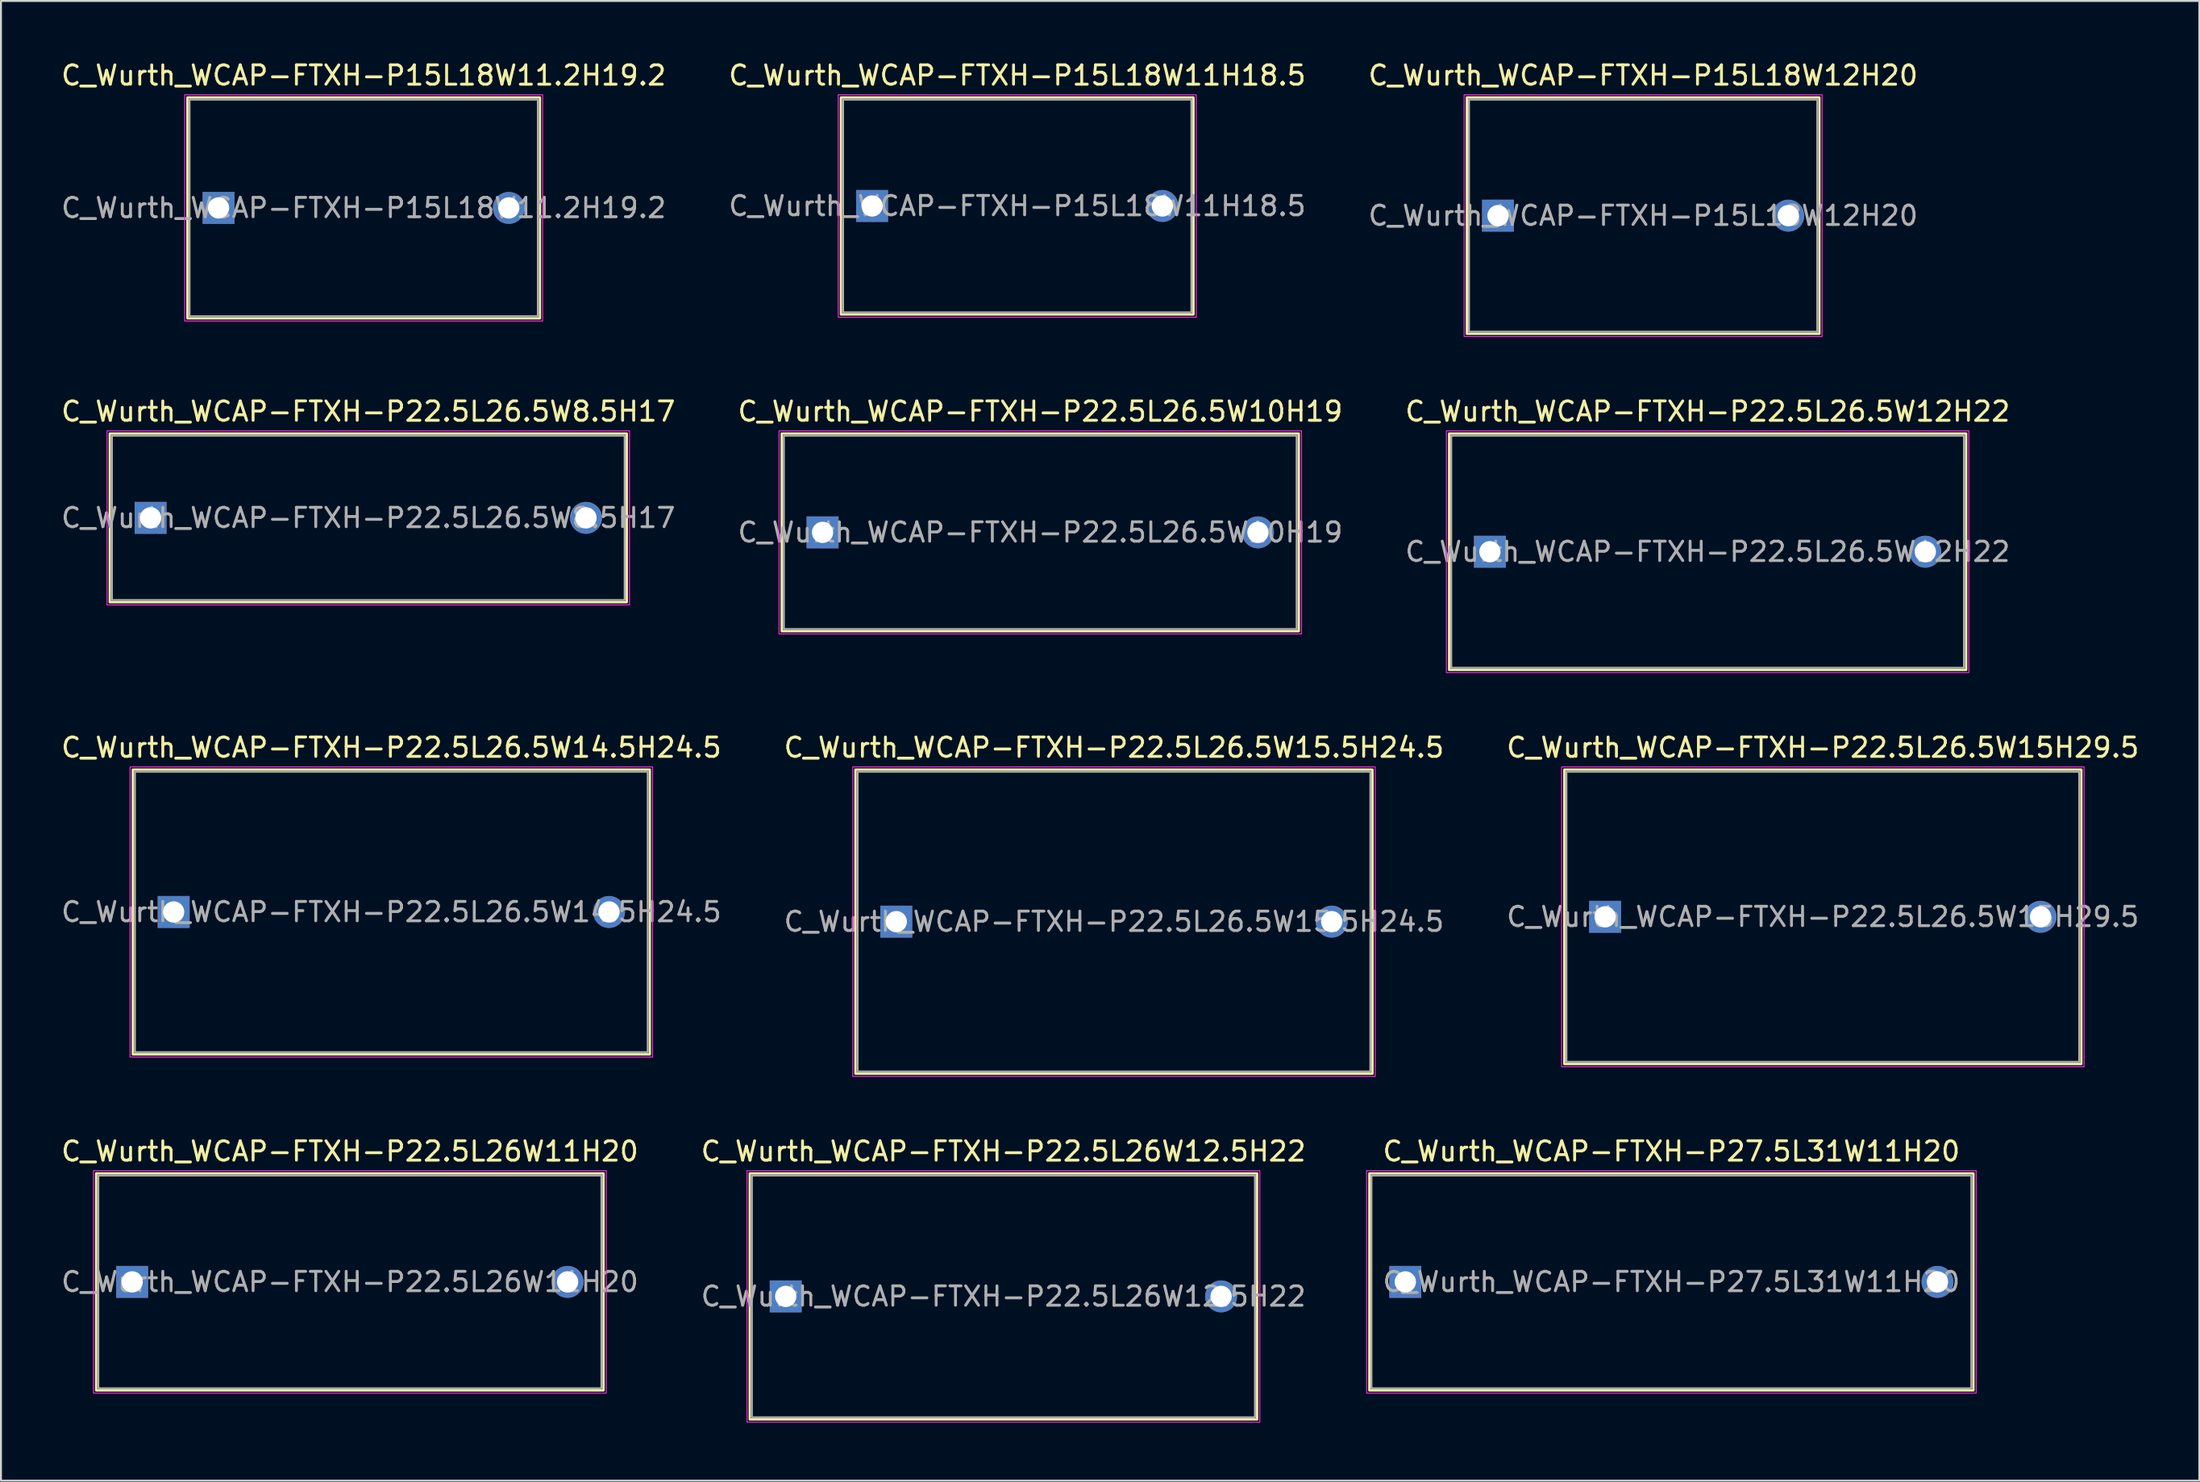
<source format=kicad_pcb>
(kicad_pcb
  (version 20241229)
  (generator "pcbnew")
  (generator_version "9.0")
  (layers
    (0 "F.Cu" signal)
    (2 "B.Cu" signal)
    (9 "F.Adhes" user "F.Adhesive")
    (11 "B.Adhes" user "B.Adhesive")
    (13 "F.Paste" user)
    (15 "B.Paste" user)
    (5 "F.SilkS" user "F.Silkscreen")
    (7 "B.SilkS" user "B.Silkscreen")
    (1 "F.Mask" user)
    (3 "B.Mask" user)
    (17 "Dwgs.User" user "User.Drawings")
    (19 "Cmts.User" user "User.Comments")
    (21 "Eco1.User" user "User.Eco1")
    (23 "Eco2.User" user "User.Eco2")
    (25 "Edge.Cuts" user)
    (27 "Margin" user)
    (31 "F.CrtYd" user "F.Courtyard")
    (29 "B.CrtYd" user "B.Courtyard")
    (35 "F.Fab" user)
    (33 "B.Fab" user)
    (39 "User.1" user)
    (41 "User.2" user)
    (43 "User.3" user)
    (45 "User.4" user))
  (footprint "C_Wurth_WCAP-FTXH-P22.5L26.5W12H22"
    (layer "F.Cu")
    (at 73.946 25.471)
    (property "Reference" "C_Wurth_WCAP-FTXH-P22.5L26.5W12H22" (at 11.25 -7.25 0) (unlocked yes) (layer "F.SilkS") (effects (font (size 1 1) (thickness 0.15))))
    (attr through_hole)
    (fp_rect (start -2.11 -6.11) (end 24.61 6.11) (stroke (width 0.12) (type solid)) (fill no) (layer "F.SilkS"))
    (fp_rect (start -2.25 -6.25) (end 24.75 6.25) (stroke (width 0.05) (type solid)) (fill no) (layer "F.CrtYd"))
    (fp_rect (start -2 -6) (end 24.5 6) (stroke (width 0.1) (type solid)) (fill no) (layer "F.Fab"))
    (fp_text user "${REFERENCE}" (at 11.25 0 0) (unlocked yes) (layer "F.Fab") (effects (font (size 1 1) (thickness 0.15))))
    (pad "1" thru_hole rect (at 0 0) (size 1.65 1.65) (drill 1.1) (layers "*.Cu" "*.Mask"))
    (pad "2" thru_hole circle (at 22.5 0) (size 1.65 1.65) (drill 1.1) (layers "*.Cu" "*.Mask")))
  (footprint "C_Wurth_WCAP-FTXH-P15L18W11.2H19.2"
    (layer "F.Cu")
    (at 8.244 7.698)
    (property "Reference" "C_Wurth_WCAP-FTXH-P15L18W11.2H19.2" (at 7.5 -6.85 0) (unlocked yes) (layer "F.SilkS") (effects (font (size 1 1) (thickness 0.15))))
    (attr through_hole)
    (fp_rect (start -1.61 -5.71) (end 16.61 5.71) (stroke (width 0.12) (type solid)) (fill no) (layer "F.SilkS"))
    (fp_rect (start -1.75 -5.85) (end 16.75 5.85) (stroke (width 0.05) (type solid)) (fill no) (layer "F.CrtYd"))
    (fp_rect (start -1.5 -5.6) (end 16.5 5.6) (stroke (width 0.1) (type solid)) (fill no) (layer "F.Fab"))
    (fp_text user "${REFERENCE}" (at 7.5 0 0) (unlocked yes) (layer "F.Fab") (effects (font (size 1 1) (thickness 0.15))))
    (pad "1" thru_hole rect (at 0 0) (size 1.65 1.65) (drill 1.1) (layers "*.Cu" "*.Mask"))
    (pad "2" thru_hole circle (at 15 0) (size 1.65 1.65) (drill 1.1) (layers "*.Cu" "*.Mask")))
  (footprint "C_Wurth_WCAP-FTXH-P22.5L26.5W14.5H24.5"
    (layer "F.Cu")
    (at 5.923 44.095)
    (property "Reference" "C_Wurth_WCAP-FTXH-P22.5L26.5W14.5H24.5" (at 11.25 -8.5 0) (unlocked yes) (layer "F.SilkS") (effects (font (size 1 1) (thickness 0.15))))
    (attr through_hole)
    (fp_rect (start -2.11 -7.36) (end 24.61 7.36) (stroke (width 0.12) (type solid)) (fill no) (layer "F.SilkS"))
    (fp_rect (start -2.25 -7.5) (end 24.75 7.5) (stroke (width 0.05) (type solid)) (fill no) (layer "F.CrtYd"))
    (fp_rect (start -2 -7.25) (end 24.5 7.25) (stroke (width 0.1) (type solid)) (fill no) (layer "F.Fab"))
    (fp_text user "${REFERENCE}" (at 11.25 0 0) (unlocked yes) (layer "F.Fab") (effects (font (size 1 1) (thickness 0.15))))
    (pad "1" thru_hole rect (at 0 0) (size 1.65 1.65) (drill 1.1) (layers "*.Cu" "*.Mask"))
    (pad "2" thru_hole circle (at 22.5 0) (size 1.65 1.65) (drill 1.1) (layers "*.Cu" "*.Mask")))
  (footprint "C_Wurth_WCAP-FTXH-P22.5L26.5W15H29.5"
    (layer "F.Cu")
    (at 79.899 44.345)
    (property "Reference" "C_Wurth_WCAP-FTXH-P22.5L26.5W15H29.5" (at 11.25 -8.75 0) (unlocked yes) (layer "F.SilkS") (effects (font (size 1 1) (thickness 0.15))))
    (attr through_hole)
    (fp_rect (start -2.11 -7.61) (end 24.61 7.61) (stroke (width 0.12) (type solid)) (fill no) (layer "F.SilkS"))
    (fp_rect (start -2.25 -7.75) (end 24.75 7.75) (stroke (width 0.05) (type solid)) (fill no) (layer "F.CrtYd"))
    (fp_rect (start -2 -7.5) (end 24.5 7.5) (stroke (width 0.1) (type solid)) (fill no) (layer "F.Fab"))
    (fp_text user "${REFERENCE}" (at 11.25 0 0) (unlocked yes) (layer "F.Fab") (effects (font (size 1 1) (thickness 0.15))))
    (pad "1" thru_hole rect (at 0 0) (size 1.65 1.65) (drill 1.1) (layers "*.Cu" "*.Mask"))
    (pad "2" thru_hole circle (at 22.5 0) (size 1.65 1.65) (drill 1.1) (layers "*.Cu" "*.Mask")))
  (footprint "C_Wurth_WCAP-FTXH-P22.5L26.5W8.5H17"
    (layer "F.Cu")
    (at 4.732 23.721)
    (property "Reference" "C_Wurth_WCAP-FTXH-P22.5L26.5W8.5H17" (at 11.25 -5.5 0) (unlocked yes) (layer "F.SilkS") (effects (font (size 1 1) (thickness 0.15))))
    (attr through_hole)
    (fp_rect (start -2.11 -4.36) (end 24.61 4.36) (stroke (width 0.12) (type solid)) (fill no) (layer "F.SilkS"))
    (fp_rect (start -2.25 -4.5) (end 24.75 4.5) (stroke (width 0.05) (type solid)) (fill no) (layer "F.CrtYd"))
    (fp_rect (start -2 -4.25) (end 24.5 4.25) (stroke (width 0.1) (type solid)) (fill no) (layer "F.Fab"))
    (fp_text user "${REFERENCE}" (at 11.25 0 0) (unlocked yes) (layer "F.Fab") (effects (font (size 1 1) (thickness 0.15))))
    (pad "1" thru_hole rect (at 0 0) (size 1.65 1.65) (drill 1.1) (layers "*.Cu" "*.Mask"))
    (pad "2" thru_hole circle (at 22.5 0) (size 1.65 1.65) (drill 1.1) (layers "*.Cu" "*.Mask")))
  (footprint "C_Wurth_WCAP-FTXH-P22.5L26.5W15.5H24.5"
    (layer "F.Cu")
    (at 43.268 44.595)
    (property "Reference" "C_Wurth_WCAP-FTXH-P22.5L26.5W15.5H24.5" (at 11.25 -9 0) (unlocked yes) (layer "F.SilkS") (effects (font (size 1 1) (thickness 0.15))))
    (attr through_hole)
    (fp_rect (start -2.11 -7.86) (end 24.61 7.86) (stroke (width 0.12) (type solid)) (fill no) (layer "F.SilkS"))
    (fp_rect (start -2.25 -8) (end 24.75 8) (stroke (width 0.05) (type solid)) (fill no) (layer "F.CrtYd"))
    (fp_rect (start -2 -7.75) (end 24.5 7.75) (stroke (width 0.1) (type solid)) (fill no) (layer "F.Fab"))
    (fp_text user "${REFERENCE}" (at 11.25 0 0) (unlocked yes) (layer "F.Fab") (effects (font (size 1 1) (thickness 0.15))))
    (pad "1" thru_hole rect (at 0 0) (size 1.65 1.65) (drill 1.1) (layers "*.Cu" "*.Mask"))
    (pad "2" thru_hole circle (at 22.5 0) (size 1.65 1.65) (drill 1.1) (layers "*.Cu" "*.Mask")))
  (footprint "C_Wurth_WCAP-FTXH-P22.5L26W11H20"
    (layer "F.Cu")
    (at 3.78 63.218)
    (property "Reference" "C_Wurth_WCAP-FTXH-P22.5L26W11H20" (at 11.25 -6.75 0) (unlocked yes) (layer "F.SilkS") (effects (font (size 1 1) (thickness 0.15))))
    (attr through_hole)
    (fp_rect (start -1.86 -5.61) (end 24.36 5.61) (stroke (width 0.12) (type solid)) (fill no) (layer "F.SilkS"))
    (fp_rect (start -2 -5.75) (end 24.5 5.75) (stroke (width 0.05) (type solid)) (fill no) (layer "F.CrtYd"))
    (fp_rect (start -1.75 -5.5) (end 24.25 5.5) (stroke (width 0.1) (type solid)) (fill no) (layer "F.Fab"))
    (fp_text user "${REFERENCE}" (at 11.25 0 0) (unlocked yes) (layer "F.Fab") (effects (font (size 1 1) (thickness 0.15))))
    (pad "1" thru_hole rect (at 0 0) (size 1.65 1.65) (drill 1.1) (layers "*.Cu" "*.Mask"))
    (pad "2" thru_hole circle (at 22.5 0) (size 1.65 1.65) (drill 1.1) (layers "*.Cu" "*.Mask")))
  (footprint "C_Wurth_WCAP-FTXH-P22.5L26W12.5H22"
    (layer "F.Cu")
    (at 37.554 63.968)
    (property "Reference" "C_Wurth_WCAP-FTXH-P22.5L26W12.5H22" (at 11.25 -7.5 0) (unlocked yes) (layer "F.SilkS") (effects (font (size 1 1) (thickness 0.15))))
    (attr through_hole)
    (fp_rect (start -1.86 -6.36) (end 24.36 6.36) (stroke (width 0.12) (type solid)) (fill no) (layer "F.SilkS"))
    (fp_rect (start -2 -6.5) (end 24.5 6.5) (stroke (width 0.05) (type solid)) (fill no) (layer "F.CrtYd"))
    (fp_rect (start -1.75 -6.25) (end 24.25 6.25) (stroke (width 0.1) (type solid)) (fill no) (layer "F.Fab"))
    (fp_text user "${REFERENCE}" (at 11.25 0 0) (unlocked yes) (layer "F.Fab") (effects (font (size 1 1) (thickness 0.15))))
    (pad "1" thru_hole rect (at 0 0) (size 1.65 1.65) (drill 1.1) (layers "*.Cu" "*.Mask"))
    (pad "2" thru_hole circle (at 22.5 0) (size 1.65 1.65) (drill 1.1) (layers "*.Cu" "*.Mask")))
  (footprint "C_Wurth_WCAP-FTXH-P22.5L26.5W10H19"
    (layer "F.Cu")
    (at 39.458 24.471)
    (property "Reference" "C_Wurth_WCAP-FTXH-P22.5L26.5W10H19" (at 11.25 -6.25 0) (unlocked yes) (layer "F.SilkS") (effects (font (size 1 1) (thickness 0.15))))
    (attr through_hole)
    (fp_rect (start -2.11 -5.11) (end 24.61 5.11) (stroke (width 0.12) (type solid)) (fill no) (layer "F.SilkS"))
    (fp_rect (start -2.25 -5.25) (end 24.75 5.25) (stroke (width 0.05) (type solid)) (fill no) (layer "F.CrtYd"))
    (fp_rect (start -2 -5) (end 24.5 5) (stroke (width 0.1) (type solid)) (fill no) (layer "F.Fab"))
    (fp_text user "${REFERENCE}" (at 11.25 0 0) (unlocked yes) (layer "F.Fab") (effects (font (size 1 1) (thickness 0.15))))
    (pad "1" thru_hole rect (at 0 0) (size 1.65 1.65) (drill 1.1) (layers "*.Cu" "*.Mask"))
    (pad "2" thru_hole circle (at 22.5 0) (size 1.65 1.65) (drill 1.1) (layers "*.Cu" "*.Mask")))
  (footprint "C_Wurth_WCAP-FTXH-P27.5L31W11H20"
    (layer "F.Cu")
    (at 69.573 63.218)
    (property "Reference" "C_Wurth_WCAP-FTXH-P27.5L31W11H20" (at 13.75 -6.75 0) (unlocked yes) (layer "F.SilkS") (effects (font (size 1 1) (thickness 0.15))))
    (attr through_hole)
    (fp_rect (start -1.86 -5.61) (end 29.36 5.61) (stroke (width 0.12) (type solid)) (fill no) (layer "F.SilkS"))
    (fp_rect (start -2 -5.75) (end 29.5 5.75) (stroke (width 0.05) (type solid)) (fill no) (layer "F.CrtYd"))
    (fp_rect (start -1.75 -5.5) (end 29.25 5.5) (stroke (width 0.1) (type solid)) (fill no) (layer "F.Fab"))
    (fp_text user "${REFERENCE}" (at 13.75 0 0) (unlocked yes) (layer "F.Fab") (effects (font (size 1 1) (thickness 0.15))))
    (pad "1" thru_hole rect (at 0 0) (size 1.65 1.65) (drill 1.1) (layers "*.Cu" "*.Mask"))
    (pad "2" thru_hole circle (at 27.5 0) (size 1.65 1.65) (drill 1.1) (layers "*.Cu" "*.Mask")))
  (footprint "C_Wurth_WCAP-FTXH-P15L18W12H20"
    (layer "F.Cu")
    (at 74.363 8.098)
    (property "Reference" "C_Wurth_WCAP-FTXH-P15L18W12H20" (at 7.5 -7.25 0) (unlocked yes) (layer "F.SilkS") (effects (font (size 1 1) (thickness 0.15))))
    (attr through_hole)
    (fp_rect (start -1.61 -6.11) (end 16.61 6.11) (stroke (width 0.12) (type solid)) (fill no) (layer "F.SilkS"))
    (fp_rect (start -1.75 -6.25) (end 16.75 6.25) (stroke (width 0.05) (type solid)) (fill no) (layer "F.CrtYd"))
    (fp_rect (start -1.5 -6) (end 16.5 6) (stroke (width 0.1) (type solid)) (fill no) (layer "F.Fab"))
    (fp_text user "${REFERENCE}" (at 7.5 0 0) (unlocked yes) (layer "F.Fab") (effects (font (size 1 1) (thickness 0.15))))
    (pad "1" thru_hole rect (at 0 0) (size 1.65 1.65) (drill 1.1) (layers "*.Cu" "*.Mask"))
    (pad "2" thru_hole circle (at 15 0) (size 1.65 1.65) (drill 1.1) (layers "*.Cu" "*.Mask")))
  (footprint "C_Wurth_WCAP-FTXH-P15L18W11H18.5"
    (layer "F.Cu")
    (at 42.018 7.598)
    (property "Reference" "C_Wurth_WCAP-FTXH-P15L18W11H18.5" (at 7.5 -6.75 0) (unlocked yes) (layer "F.SilkS") (effects (font (size 1 1) (thickness 0.15))))
    (attr through_hole)
    (fp_rect (start -1.61 -5.61) (end 16.61 5.61) (stroke (width 0.12) (type solid)) (fill no) (layer "F.SilkS"))
    (fp_rect (start -1.75 -5.75) (end 16.75 5.75) (stroke (width 0.05) (type solid)) (fill no) (layer "F.CrtYd"))
    (fp_rect (start -1.5 -5.5) (end 16.5 5.5) (stroke (width 0.1) (type solid)) (fill no) (layer "F.Fab"))
    (fp_text user "${REFERENCE}" (at 7.5 0 0) (unlocked yes) (layer "F.Fab") (effects (font (size 1 1) (thickness 0.15))))
    (pad "1" thru_hole rect (at 0 0) (size 1.65 1.65) (drill 1.1) (layers "*.Cu" "*.Mask"))
    (pad "2" thru_hole circle (at 15 0) (size 1.65 1.65) (drill 1.1) (layers "*.Cu" "*.Mask")))
  (gr_rect
    (start -3 -3)
    (end 110.607 73.493)
    (stroke (width 0.1) (type default))
    (fill no)
    (layer "Edge.Cuts")))
</source>
